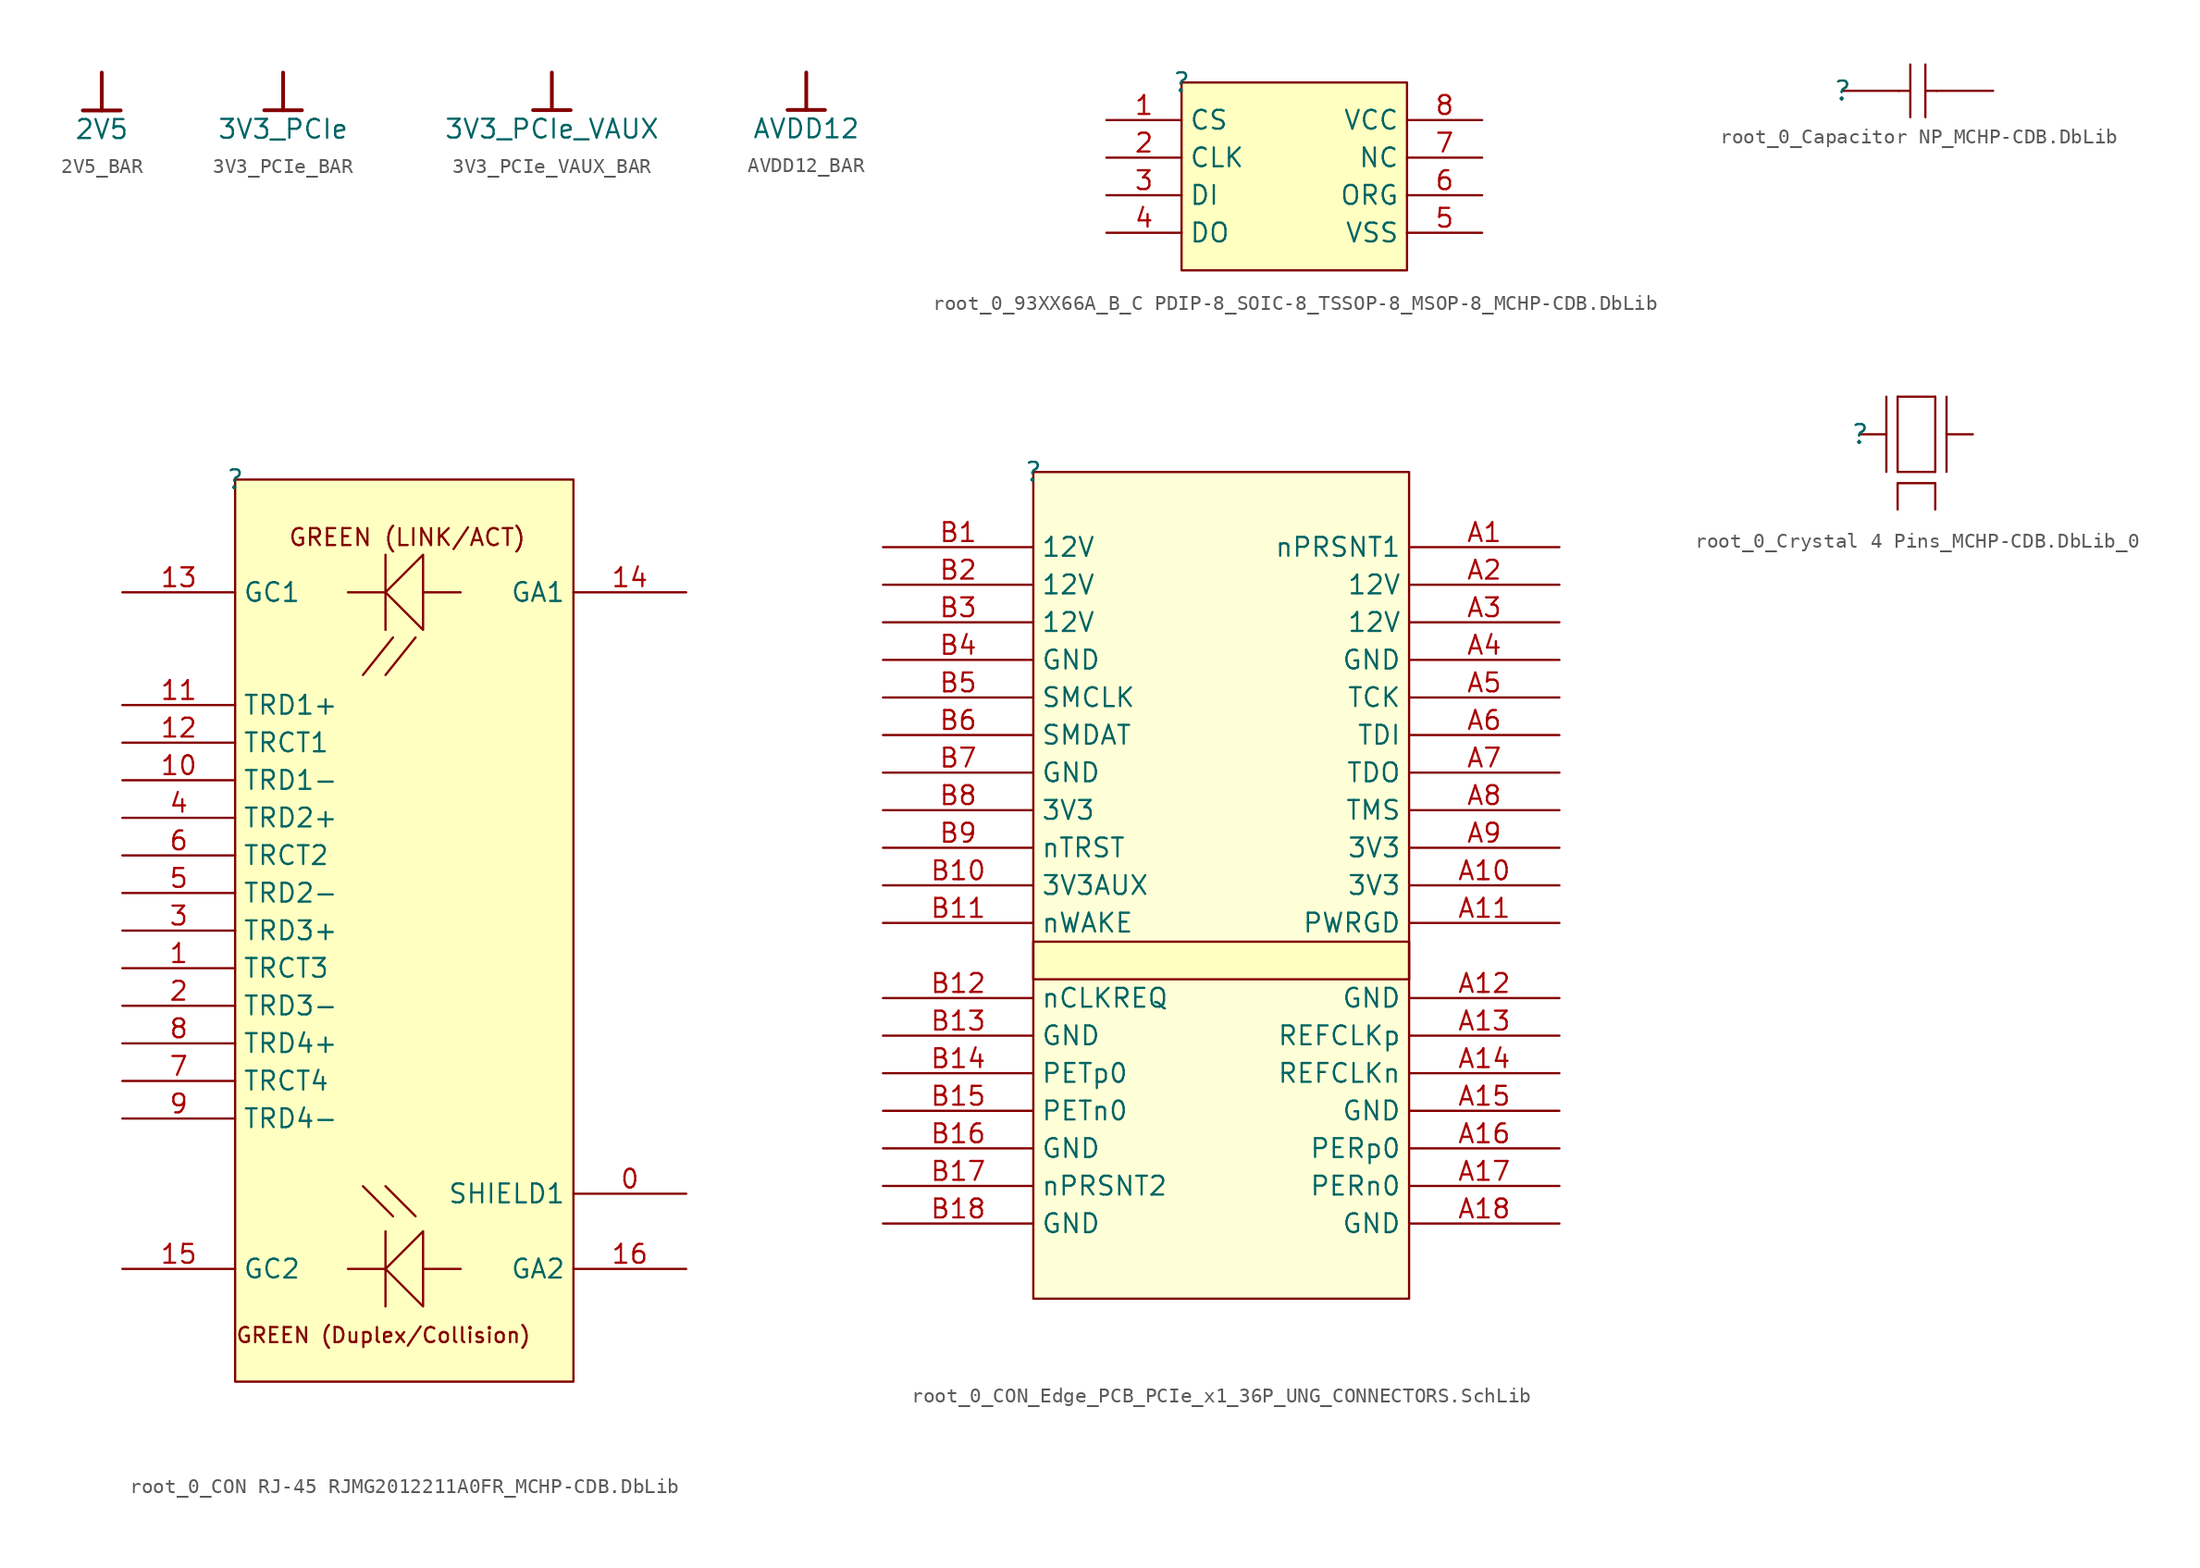
<source format=kicad_sym>
(kicad_symbol_lib
  (version 20241209)
  (generator "kicad_symbol_editor")
  (generator_version "9.0")
  (symbol "2V5_BAR"
    (power)
    (property "Reference" "#PWR"
      (at 0 0 0)
      (effects (font (size 1.27 1.27)) (hide yes)))
    (property "Value" "2V5"
      (at 0 -3.81 0)
      (effects (font (size 1.27 1.27))))
    (symbol "2V5_BAR_0_0"
      (polyline (pts (xy -1.27 -2.54) (xy 1.27 -2.54)) (stroke (width 0.254) (type solid)) (fill (type none)))
      (polyline (pts (xy 0 0) (xy 0 -2.54)) (stroke (width 0.254) (type solid)) (fill (type none)))
      (pin power_in line (at 0 0 0) (length 0) (hide yes) (name "2V5" (effects (font (size 1.27 1.27)))) (number "" (effects (font (size 1.27 1.27)))))))
  (symbol "3V3_PCIe_BAR"
    (power)
    (property "Reference" "#PWR"
      (at 0 0 0)
      (effects (font (size 1.27 1.27)) (hide yes)))
    (property "Value" "3V3_PCIe"
      (at 0 -3.81 0)
      (effects (font (size 1.27 1.27))))
    (symbol "3V3_PCIe_BAR_0_0"
      (polyline (pts (xy -1.27 -2.54) (xy 1.27 -2.54)) (stroke (width 0.254) (type solid)) (fill (type none)))
      (polyline (pts (xy 0 0) (xy 0 -2.54)) (stroke (width 0.254) (type solid)) (fill (type none)))
      (pin power_in line (at 0 0 0) (length 0) (hide yes) (name "3V3_PCIe" (effects (font (size 1.27 1.27)))) (number "" (effects (font (size 1.27 1.27)))))))
  (symbol "3V3_PCIe_VAUX_BAR"
    (power)
    (property "Reference" "#PWR"
      (at 0 0 0)
      (effects (font (size 1.27 1.27)) (hide yes)))
    (property "Value" "3V3_PCIe_VAUX"
      (at 0 -3.81 0)
      (effects (font (size 1.27 1.27))))
    (symbol "3V3_PCIe_VAUX_BAR_0_0"
      (polyline (pts (xy -1.27 -2.54) (xy 1.27 -2.54)) (stroke (width 0.254) (type solid)) (fill (type none)))
      (polyline (pts (xy 0 0) (xy 0 -2.54)) (stroke (width 0.254) (type solid)) (fill (type none)))
      (pin power_in line (at 0 0 0) (length 0) (hide yes) (name "3V3_PCIe_VAUX" (effects (font (size 1.27 1.27)))) (number "" (effects (font (size 1.27 1.27)))))))
  (symbol "AVDD12_BAR"
    (power)
    (property "Reference" "#PWR"
      (at 0 0 0)
      (effects (font (size 1.27 1.27)) (hide yes)))
    (property "Value" "AVDD12"
      (at 0 -3.81 0)
      (effects (font (size 1.27 1.27))))
    (symbol "AVDD12_BAR_0_0"
      (polyline (pts (xy -1.27 -2.54) (xy 1.27 -2.54)) (stroke (width 0.254) (type solid)) (fill (type none)))
      (polyline (pts (xy 0 0) (xy 0 -2.54)) (stroke (width 0.254) (type solid)) (fill (type none)))
      (pin power_in line (at 0 0 0) (length 0) (hide yes) (name "AVDD12" (effects (font (size 1.27 1.27)))) (number "" (effects (font (size 1.27 1.27)))))))
  (symbol "root_0_93XX66A_B_C PDIP-8_SOIC-8_TSSOP-8_MSOP-8_MCHP-CDB.DbLib"
    (property "Reference" ""
      (at 0 0 0)
      (effects (font (size 1.27 1.27))))
    (property "Value" ""
      (at 0 0 0)
      (effects (font (size 1.27 1.27))))
    (symbol "root_0_93XX66A_B_C PDIP-8_SOIC-8_TSSOP-8_MSOP-8_MCHP-CDB.DbLib_1_0"
      (rectangle (start 15.24 0) (end 0 -12.7) (stroke (width 0) (type solid) (color 128 0 0 1)) (fill (type background)))
      (pin passive line (at -5.08 -2.54 0) (length 5.08) (name "CS" (effects (font (size 1.27 1.27)))) (number "1" (effects (font (size 1.27 1.27)))))
      (pin passive line (at -5.08 -5.08 0) (length 5.08) (name "CLK" (effects (font (size 1.27 1.27)))) (number "2" (effects (font (size 1.27 1.27)))))
      (pin passive line (at -5.08 -7.62 0) (length 5.08) (name "DI" (effects (font (size 1.27 1.27)))) (number "3" (effects (font (size 1.27 1.27)))))
      (pin passive line (at -5.08 -10.16 0) (length 5.08) (name "DO" (effects (font (size 1.27 1.27)))) (number "4" (effects (font (size 1.27 1.27)))))
      (pin passive line (at 20.32 -2.54 180) (length 5.08) (name "VCC" (effects (font (size 1.27 1.27)))) (number "8" (effects (font (size 1.27 1.27)))))
      (pin passive line (at 20.32 -5.08 180) (length 5.08) (name "NC" (effects (font (size 1.27 1.27)))) (number "7" (effects (font (size 1.27 1.27)))))
      (pin passive line (at 20.32 -7.62 180) (length 5.08) (name "ORG" (effects (font (size 1.27 1.27)))) (number "6" (effects (font (size 1.27 1.27)))))
      (pin passive line (at 20.32 -10.16 180) (length 5.08) (name "VSS" (effects (font (size 1.27 1.27)))) (number "5" (effects (font (size 1.27 1.27)))))))
  (symbol "root_0_Capacitor NP_MCHP-CDB.DbLib"
    (pin_numbers
      (hide yes))
    (pin_names
      (hide yes))
    (property "Reference" ""
      (at 0 0 0)
      (effects (font (size 1.27 1.27))))
    (property "Value" ""
      (at 0 0 0)
      (effects (font (size 1.27 1.27))))
    (symbol "root_0_Capacitor NP_MCHP-CDB.DbLib_1_0"
      (polyline (pts (xy 3.81 0) (xy 4.572 0)) (stroke (width 0) (type solid)) (fill (type none)))
      (polyline (pts (xy 4.572 1.778) (xy 4.572 -1.778)) (stroke (width 0) (type solid)) (fill (type none)))
      (polyline (pts (xy 5.588 1.778) (xy 5.588 -1.778)) (stroke (width 0) (type solid)) (fill (type none)))
      (polyline (pts (xy 6.35 0) (xy 5.588 0)) (stroke (width 0) (type solid)) (fill (type none)))
      (pin passive line (at 0 0 0) (length 3.81) (name "1" (effects (font (size 1.27 1.27)))) (number "1" (effects (font (size 1.27 1.27)))))
      (pin passive line (at 10.16 0 180) (length 3.81) (name "2" (effects (font (size 1.27 1.27)))) (number "2" (effects (font (size 1.27 1.27)))))))
  (symbol "root_0_CON RJ-45 RJMG2012211A0FR_MCHP-CDB.DbLib"
    (property "Reference" ""
      (at 0 0 0)
      (effects (font (size 1.27 1.27))))
    (property "Value" ""
      (at 0 0 0)
      (effects (font (size 1.27 1.27))))
    (symbol "root_0_CON RJ-45 RJMG2012211A0FR_MCHP-CDB.DbLib_1_0"
      (polyline (pts (xy 7.62 -7.62) (xy 10.16 -7.62) (xy 12.7 -5.08) (xy 12.7 -10.16) (xy 10.16 -7.62) (xy 10.16 -5.08) (xy 10.16 -10.16)) (stroke (width 0) (type solid)) (fill (type none)))
      (polyline (pts (xy 7.62 -53.34) (xy 10.16 -53.34) (xy 12.7 -50.8) (xy 12.7 -55.88) (xy 10.16 -53.34) (xy 10.16 -50.8) (xy 10.16 -55.88)) (stroke (width 0) (type solid)) (fill (type none)))
      (polyline (pts (xy 10.668 -10.668) (xy 8.636 -13.208)) (stroke (width 0) (type solid)) (fill (type none)))
      (polyline (pts (xy 10.668 -49.784) (xy 8.636 -47.752)) (stroke (width 0) (type solid)) (fill (type none)))
      (polyline (pts (xy 12.192 -10.668) (xy 10.16 -13.208)) (stroke (width 0) (type solid)) (fill (type none)))
      (polyline (pts (xy 12.192 -49.784) (xy 10.16 -47.752)) (stroke (width 0) (type solid)) (fill (type none)))
      (polyline (pts (xy 12.7 -7.62) (xy 15.24 -7.62)) (stroke (width 0) (type solid)) (fill (type none)))
      (polyline (pts (xy 12.7 -53.34) (xy 15.24 -53.34)) (stroke (width 0) (type solid)) (fill (type none)))
      (rectangle (start 22.86 0) (end 0 -60.96) (stroke (width 0) (type solid) (color 128 0 0 1)) (fill (type background)))
      (text "GREEN (Duplex/Collision)" (at 0 -58.42 0) (effects (font (size 1.016 1.016)) (justify left bottom)))
      (text "GREEN (LINK/ACT)" (at 3.556 -4.572 0) (effects (font (size 1.143 1.143)) (justify left bottom)))
      (pin passive line (at -7.62 -7.62 0) (length 7.62) (name "GC1" (effects (font (size 1.27 1.27)))) (number "13" (effects (font (size 1.27 1.27)))))
      (pin passive line (at -7.62 -15.24 0) (length 7.62) (name "TRD1+" (effects (font (size 1.27 1.27)))) (number "11" (effects (font (size 1.27 1.27)))))
      (pin passive line (at -7.62 -17.78 0) (length 7.62) (name "TRCT1" (effects (font (size 1.27 1.27)))) (number "12" (effects (font (size 1.27 1.27)))))
      (pin passive line (at -7.62 -20.32 0) (length 7.62) (name "TRD1-" (effects (font (size 1.27 1.27)))) (number "10" (effects (font (size 1.27 1.27)))))
      (pin passive line (at -7.62 -22.86 0) (length 7.62) (name "TRD2+" (effects (font (size 1.27 1.27)))) (number "4" (effects (font (size 1.27 1.27)))))
      (pin passive line (at -7.62 -25.4 0) (length 7.62) (name "TRCT2" (effects (font (size 1.27 1.27)))) (number "6" (effects (font (size 1.27 1.27)))))
      (pin passive line (at -7.62 -27.94 0) (length 7.62) (name "TRD2-" (effects (font (size 1.27 1.27)))) (number "5" (effects (font (size 1.27 1.27)))))
      (pin passive line (at -7.62 -30.48 0) (length 7.62) (name "TRD3+" (effects (font (size 1.27 1.27)))) (number "3" (effects (font (size 1.27 1.27)))))
      (pin passive line (at -7.62 -33.02 0) (length 7.62) (name "TRCT3" (effects (font (size 1.27 1.27)))) (number "1" (effects (font (size 1.27 1.27)))))
      (pin passive line (at -7.62 -35.56 0) (length 7.62) (name "TRD3-" (effects (font (size 1.27 1.27)))) (number "2" (effects (font (size 1.27 1.27)))))
      (pin passive line (at -7.62 -38.1 0) (length 7.62) (name "TRD4+" (effects (font (size 1.27 1.27)))) (number "8" (effects (font (size 1.27 1.27)))))
      (pin passive line (at -7.62 -40.64 0) (length 7.62) (name "TRCT4" (effects (font (size 1.27 1.27)))) (number "7" (effects (font (size 1.27 1.27)))))
      (pin passive line (at -7.62 -43.18 0) (length 7.62) (name "TRD4-" (effects (font (size 1.27 1.27)))) (number "9" (effects (font (size 1.27 1.27)))))
      (pin passive line (at -7.62 -53.34 0) (length 7.62) (name "GC2" (effects (font (size 1.27 1.27)))) (number "15" (effects (font (size 1.27 1.27)))))
      (pin passive line (at 30.48 -7.62 180) (length 7.62) (name "GA1" (effects (font (size 1.27 1.27)))) (number "14" (effects (font (size 1.27 1.27)))))
      (pin input line (at 30.48 -48.26 180) (length 7.62) (name "SHIELD1" (effects (font (size 1.27 1.27)))) (number "0" (effects (font (size 1.27 1.27)))))
      (pin passive line (at 30.48 -53.34 180) (length 7.62) (name "GA2" (effects (font (size 1.27 1.27)))) (number "16" (effects (font (size 1.27 1.27)))))))
  (symbol "root_0_CON_Edge_PCB_PCIe_x1_36P_UNG_CONNECTORS.SchLib"
    (property "Reference" ""
      (at 0 0 0)
      (effects (font (size 1.27 1.27))))
    (property "Value" ""
      (at 0 0 0)
      (effects (font (size 1.27 1.27))))
    (symbol "root_0_CON_Edge_PCB_PCIe_x1_36P_UNG_CONNECTORS.SchLib_1_0"
      (polyline (pts (xy 0 -55.88) (xy 0 0) (xy 25.4 0) (xy 25.4 -55.88) (xy 0 -55.88)) (stroke (width 0) (type solid) (color 128 0 0 1)) (fill (type color) (color 255 255 176 0.5)))
      (rectangle (start 25.4 -31.75) (end 0 -34.29) (stroke (width 0) (type solid) (color 128 0 0 1)) (fill (type background)))
      (pin power_in line (at -10.16 -5.08 0) (length 10.16) (name "12V" (effects (font (size 1.27 1.27)))) (number "B1" (effects (font (size 1.27 1.27)))))
      (pin power_in line (at -10.16 -7.62 0) (length 10.16) (name "12V" (effects (font (size 1.27 1.27)))) (number "B2" (effects (font (size 1.27 1.27)))))
      (pin power_in line (at -10.16 -10.16 0) (length 10.16) (name "12V" (effects (font (size 1.27 1.27)))) (number "B3" (effects (font (size 1.27 1.27)))))
      (pin power_in line (at -10.16 -12.7 0) (length 10.16) (name "GND" (effects (font (size 1.27 1.27)))) (number "B4" (effects (font (size 1.27 1.27)))))
      (pin passive line (at -10.16 -15.24 0) (length 10.16) (name "SMCLK" (effects (font (size 1.27 1.27)))) (number "B5" (effects (font (size 1.27 1.27)))))
      (pin passive line (at -10.16 -17.78 0) (length 10.16) (name "SMDAT" (effects (font (size 1.27 1.27)))) (number "B6" (effects (font (size 1.27 1.27)))))
      (pin power_in line (at -10.16 -20.32 0) (length 10.16) (name "GND" (effects (font (size 1.27 1.27)))) (number "B7" (effects (font (size 1.27 1.27)))))
      (pin power_in line (at -10.16 -22.86 0) (length 10.16) (name "3V3" (effects (font (size 1.27 1.27)))) (number "B8" (effects (font (size 1.27 1.27)))))
      (pin output line (at -10.16 -25.4 0) (length 10.16) (name "nTRST" (effects (font (size 1.27 1.27)))) (number "B9" (effects (font (size 1.27 1.27)))))
      (pin passive line (at -10.16 -27.94 0) (length 10.16) (name "3V3AUX" (effects (font (size 1.27 1.27)))) (number "B10" (effects (font (size 1.27 1.27)))))
      (pin passive line (at -10.16 -30.48 0) (length 10.16) (name "nWAKE" (effects (font (size 1.27 1.27)))) (number "B11" (effects (font (size 1.27 1.27)))))
      (pin passive line (at -10.16 -35.56 0) (length 10.16) (name "nCLKREQ" (effects (font (size 1.27 1.27)))) (number "B12" (effects (font (size 1.27 1.27)))))
      (pin power_in line (at -10.16 -38.1 0) (length 10.16) (name "GND" (effects (font (size 1.27 1.27)))) (number "B13" (effects (font (size 1.27 1.27)))))
      (pin passive line (at -10.16 -40.64 0) (length 10.16) (name "PETp0" (effects (font (size 1.27 1.27)))) (number "B14" (effects (font (size 1.27 1.27)))))
      (pin passive line (at -10.16 -43.18 0) (length 10.16) (name "PETn0" (effects (font (size 1.27 1.27)))) (number "B15" (effects (font (size 1.27 1.27)))))
      (pin power_in line (at -10.16 -45.72 0) (length 10.16) (name "GND" (effects (font (size 1.27 1.27)))) (number "B16" (effects (font (size 1.27 1.27)))))
      (pin passive line (at -10.16 -48.26 0) (length 10.16) (name "nPRSNT2" (effects (font (size 1.27 1.27)))) (number "B17" (effects (font (size 1.27 1.27)))))
      (pin power_in line (at -10.16 -50.8 0) (length 10.16) (name "GND" (effects (font (size 1.27 1.27)))) (number "B18" (effects (font (size 1.27 1.27)))))
      (pin passive line (at 35.56 -5.08 180) (length 10.16) (name "nPRSNT1" (effects (font (size 1.27 1.27)))) (number "A1" (effects (font (size 1.27 1.27)))))
      (pin power_in line (at 35.56 -7.62 180) (length 10.16) (name "12V" (effects (font (size 1.27 1.27)))) (number "A2" (effects (font (size 1.27 1.27)))))
      (pin power_in line (at 35.56 -10.16 180) (length 10.16) (name "12V" (effects (font (size 1.27 1.27)))) (number "A3" (effects (font (size 1.27 1.27)))))
      (pin power_in line (at 35.56 -12.7 180) (length 10.16) (name "GND" (effects (font (size 1.27 1.27)))) (number "A4" (effects (font (size 1.27 1.27)))))
      (pin passive line (at 35.56 -15.24 180) (length 10.16) (name "TCK" (effects (font (size 1.27 1.27)))) (number "A5" (effects (font (size 1.27 1.27)))))
      (pin passive line (at 35.56 -17.78 180) (length 10.16) (name "TDI" (effects (font (size 1.27 1.27)))) (number "A6" (effects (font (size 1.27 1.27)))))
      (pin passive line (at 35.56 -20.32 180) (length 10.16) (name "TDO" (effects (font (size 1.27 1.27)))) (number "A7" (effects (font (size 1.27 1.27)))))
      (pin passive line (at 35.56 -22.86 180) (length 10.16) (name "TMS" (effects (font (size 1.27 1.27)))) (number "A8" (effects (font (size 1.27 1.27)))))
      (pin power_in line (at 35.56 -25.4 180) (length 10.16) (name "3V3" (effects (font (size 1.27 1.27)))) (number "A9" (effects (font (size 1.27 1.27)))))
      (pin power_in line (at 35.56 -27.94 180) (length 10.16) (name "3V3" (effects (font (size 1.27 1.27)))) (number "A10" (effects (font (size 1.27 1.27)))))
      (pin passive line (at 35.56 -30.48 180) (length 10.16) (name "PWRGD" (effects (font (size 1.27 1.27)))) (number "A11" (effects (font (size 1.27 1.27)))))
      (pin power_in line (at 35.56 -35.56 180) (length 10.16) (name "GND" (effects (font (size 1.27 1.27)))) (number "A12" (effects (font (size 1.27 1.27)))))
      (pin passive line (at 35.56 -38.1 180) (length 10.16) (name "REFCLKp" (effects (font (size 1.27 1.27)))) (number "A13" (effects (font (size 1.27 1.27)))))
      (pin passive line (at 35.56 -40.64 180) (length 10.16) (name "REFCLKn" (effects (font (size 1.27 1.27)))) (number "A14" (effects (font (size 1.27 1.27)))))
      (pin power_in line (at 35.56 -43.18 180) (length 10.16) (name "GND" (effects (font (size 1.27 1.27)))) (number "A15" (effects (font (size 1.27 1.27)))))
      (pin passive line (at 35.56 -45.72 180) (length 10.16) (name "PERp0" (effects (font (size 1.27 1.27)))) (number "A16" (effects (font (size 1.27 1.27)))))
      (pin passive line (at 35.56 -48.26 180) (length 10.16) (name "PERn0" (effects (font (size 1.27 1.27)))) (number "A17" (effects (font (size 1.27 1.27)))))
      (pin power_in line (at 35.56 -50.8 180) (length 10.16) (name "GND" (effects (font (size 1.27 1.27)))) (number "A18" (effects (font (size 1.27 1.27)))))))
  (symbol "root_0_Crystal 4 Pins_MCHP-CDB.DbLib_0"
    (pin_numbers
      (hide yes))
    (pin_names
      (hide yes))
    (property "Reference" ""
      (at 0 0 0)
      (effects (font (size 1.27 1.27))))
    (property "Value" ""
      (at 0 0 0)
      (effects (font (size 1.27 1.27))))
    (symbol "root_0_Crystal 4 Pins_MCHP-CDB.DbLib_0_1_0"
      (polyline (pts (xy 1.778 2.54) (xy 1.778 -2.54)) (stroke (width 0) (type solid)) (fill (type none)))
      (polyline (pts (xy 2.54 2.54) (xy 2.54 -2.54)) (stroke (width 0) (type solid)) (fill (type none)))
      (polyline (pts (xy 2.54 -2.54) (xy 5.08 -2.54)) (stroke (width 0) (type solid)) (fill (type none)))
      (polyline (pts (xy 2.54 -3.302) (xy 5.08 -3.302)) (stroke (width 0) (type solid)) (fill (type none)))
      (polyline (pts (xy 5.08 2.54) (xy 2.54 2.54)) (stroke (width 0) (type solid)) (fill (type none)))
      (polyline (pts (xy 5.08 -2.54) (xy 5.08 2.54)) (stroke (width 0) (type solid)) (fill (type none)))
      (polyline (pts (xy 5.842 2.54) (xy 5.842 -2.54)) (stroke (width 0) (type solid)) (fill (type none)))
      (pin passive line (at 0 0 0) (length 1.778) (name "Osc1" (effects (font (size 1.27 1.27)))) (number "1" (effects (font (size 1.27 1.27)))))
      (pin power_in line (at 2.54 -5.08 90) (length 1.778) (name "GND" (effects (font (size 1.27 1.27)))) (number "2" (effects (font (size 1.27 1.27)))))
      (pin power_in line (at 5.08 -5.08 90) (length 1.778) (name "GND" (effects (font (size 1.27 1.27)))) (number "4" (effects (font (size 1.27 1.27)))))
      (pin passive line (at 7.62 0 180) (length 1.778) (name "Osc2" (effects (font (size 1.27 1.27)))) (number "3" (effects (font (size 1.27 1.27))))))))
</source>
